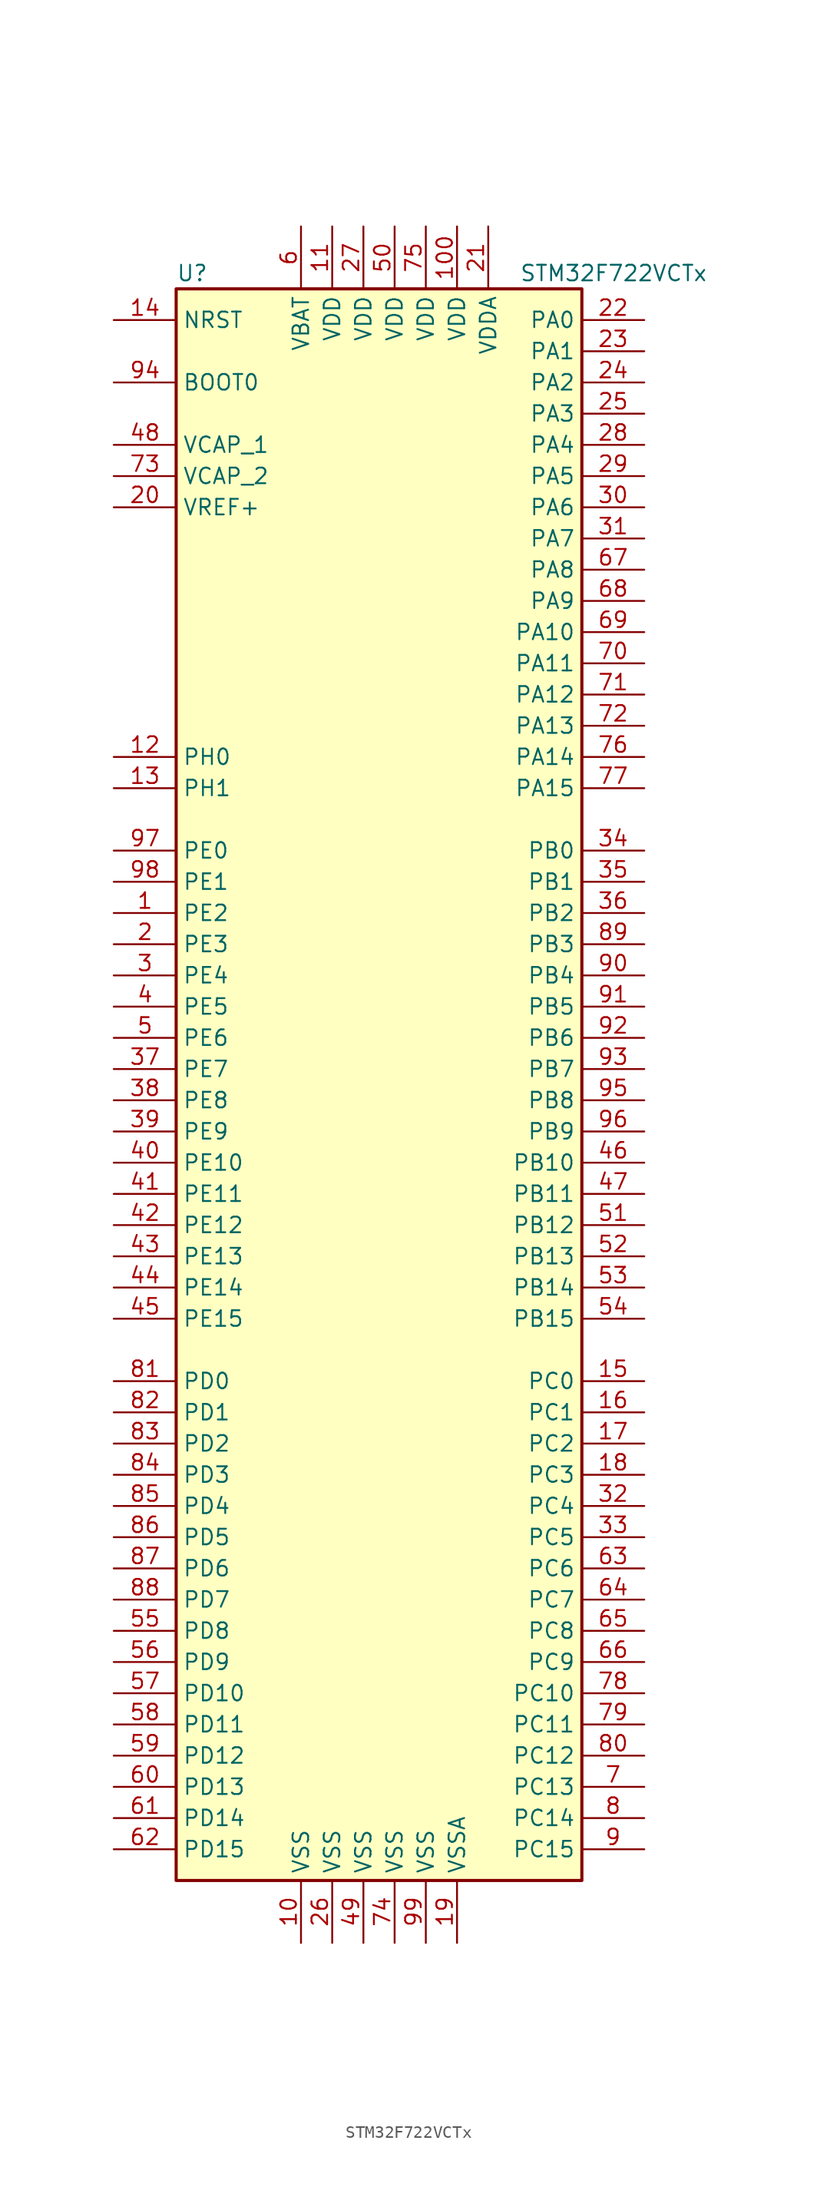
<source format=kicad_sym>
(kicad_symbol_lib
  (version 20201005)
  (generator kicad_symbol_editor)
  (symbol "MCU_ST_STM32F7:STM32F722VCTx"
    (property "Reference" "U"
      (at -17.78 64.77 0)
      (effects (font (size 1.27 1.27)) (justify left)))
    (property "Value" "STM32F722VCTx"
      (at 10.16 64.77 0)
      (effects (font (size 1.27 1.27)) (justify left)))
    (symbol "STM32F722VCTx_0_1"
      (rectangle (start -17.78 -66.04) (end 15.24 63.5) (stroke (width 0.254)) (fill (type background))))
    (symbol "STM32F722VCTx_1_1"
      (pin input line (at -22.86 55.88 0) (length 5.08) (name "BOOT0" (effects (font (size 1.27 1.27)))) (number "94" (effects (font (size 1.27 1.27)))))
      (pin input line (at -22.86 60.96 0) (length 5.08) (name "NRST" (effects (font (size 1.27 1.27)))) (number "14" (effects (font (size 1.27 1.27)))))
      (pin bidirectional line (at 20.32 60.96 180) (length 5.08) (name "PA0" (effects (font (size 1.27 1.27)))) (number "22" (effects (font (size 1.27 1.27)))))
      (pin bidirectional line (at 20.32 58.42 180) (length 5.08) (name "PA1" (effects (font (size 1.27 1.27)))) (number "23" (effects (font (size 1.27 1.27)))))
      (pin bidirectional line (at 20.32 35.56 180) (length 5.08) (name "PA10" (effects (font (size 1.27 1.27)))) (number "69" (effects (font (size 1.27 1.27)))))
      (pin bidirectional line (at 20.32 33.02 180) (length 5.08) (name "PA11" (effects (font (size 1.27 1.27)))) (number "70" (effects (font (size 1.27 1.27)))))
      (pin bidirectional line (at 20.32 30.48 180) (length 5.08) (name "PA12" (effects (font (size 1.27 1.27)))) (number "71" (effects (font (size 1.27 1.27)))))
      (pin bidirectional line (at 20.32 27.94 180) (length 5.08) (name "PA13" (effects (font (size 1.27 1.27)))) (number "72" (effects (font (size 1.27 1.27)))))
      (pin bidirectional line (at 20.32 25.4 180) (length 5.08) (name "PA14" (effects (font (size 1.27 1.27)))) (number "76" (effects (font (size 1.27 1.27)))))
      (pin bidirectional line (at 20.32 22.86 180) (length 5.08) (name "PA15" (effects (font (size 1.27 1.27)))) (number "77" (effects (font (size 1.27 1.27)))))
      (pin bidirectional line (at 20.32 55.88 180) (length 5.08) (name "PA2" (effects (font (size 1.27 1.27)))) (number "24" (effects (font (size 1.27 1.27)))))
      (pin bidirectional line (at 20.32 53.34 180) (length 5.08) (name "PA3" (effects (font (size 1.27 1.27)))) (number "25" (effects (font (size 1.27 1.27)))))
      (pin bidirectional line (at 20.32 50.8 180) (length 5.08) (name "PA4" (effects (font (size 1.27 1.27)))) (number "28" (effects (font (size 1.27 1.27)))))
      (pin bidirectional line (at 20.32 48.26 180) (length 5.08) (name "PA5" (effects (font (size 1.27 1.27)))) (number "29" (effects (font (size 1.27 1.27)))))
      (pin bidirectional line (at 20.32 45.72 180) (length 5.08) (name "PA6" (effects (font (size 1.27 1.27)))) (number "30" (effects (font (size 1.27 1.27)))))
      (pin bidirectional line (at 20.32 43.18 180) (length 5.08) (name "PA7" (effects (font (size 1.27 1.27)))) (number "31" (effects (font (size 1.27 1.27)))))
      (pin bidirectional line (at 20.32 40.64 180) (length 5.08) (name "PA8" (effects (font (size 1.27 1.27)))) (number "67" (effects (font (size 1.27 1.27)))))
      (pin bidirectional line (at 20.32 38.1 180) (length 5.08) (name "PA9" (effects (font (size 1.27 1.27)))) (number "68" (effects (font (size 1.27 1.27)))))
      (pin bidirectional line (at 20.32 17.78 180) (length 5.08) (name "PB0" (effects (font (size 1.27 1.27)))) (number "34" (effects (font (size 1.27 1.27)))))
      (pin bidirectional line (at 20.32 15.24 180) (length 5.08) (name "PB1" (effects (font (size 1.27 1.27)))) (number "35" (effects (font (size 1.27 1.27)))))
      (pin bidirectional line (at 20.32 -7.62 180) (length 5.08) (name "PB10" (effects (font (size 1.27 1.27)))) (number "46" (effects (font (size 1.27 1.27)))))
      (pin bidirectional line (at 20.32 -10.16 180) (length 5.08) (name "PB11" (effects (font (size 1.27 1.27)))) (number "47" (effects (font (size 1.27 1.27)))))
      (pin bidirectional line (at 20.32 -12.7 180) (length 5.08) (name "PB12" (effects (font (size 1.27 1.27)))) (number "51" (effects (font (size 1.27 1.27)))))
      (pin bidirectional line (at 20.32 -15.24 180) (length 5.08) (name "PB13" (effects (font (size 1.27 1.27)))) (number "52" (effects (font (size 1.27 1.27)))))
      (pin bidirectional line (at 20.32 -17.78 180) (length 5.08) (name "PB14" (effects (font (size 1.27 1.27)))) (number "53" (effects (font (size 1.27 1.27)))))
      (pin bidirectional line (at 20.32 -20.32 180) (length 5.08) (name "PB15" (effects (font (size 1.27 1.27)))) (number "54" (effects (font (size 1.27 1.27)))))
      (pin bidirectional line (at 20.32 12.7 180) (length 5.08) (name "PB2" (effects (font (size 1.27 1.27)))) (number "36" (effects (font (size 1.27 1.27)))))
      (pin bidirectional line (at 20.32 10.16 180) (length 5.08) (name "PB3" (effects (font (size 1.27 1.27)))) (number "89" (effects (font (size 1.27 1.27)))))
      (pin bidirectional line (at 20.32 7.62 180) (length 5.08) (name "PB4" (effects (font (size 1.27 1.27)))) (number "90" (effects (font (size 1.27 1.27)))))
      (pin bidirectional line (at 20.32 5.08 180) (length 5.08) (name "PB5" (effects (font (size 1.27 1.27)))) (number "91" (effects (font (size 1.27 1.27)))))
      (pin bidirectional line (at 20.32 2.54 180) (length 5.08) (name "PB6" (effects (font (size 1.27 1.27)))) (number "92" (effects (font (size 1.27 1.27)))))
      (pin bidirectional line (at 20.32 0 180) (length 5.08) (name "PB7" (effects (font (size 1.27 1.27)))) (number "93" (effects (font (size 1.27 1.27)))))
      (pin bidirectional line (at 20.32 -2.54 180) (length 5.08) (name "PB8" (effects (font (size 1.27 1.27)))) (number "95" (effects (font (size 1.27 1.27)))))
      (pin bidirectional line (at 20.32 -5.08 180) (length 5.08) (name "PB9" (effects (font (size 1.27 1.27)))) (number "96" (effects (font (size 1.27 1.27)))))
      (pin bidirectional line (at 20.32 -25.4 180) (length 5.08) (name "PC0" (effects (font (size 1.27 1.27)))) (number "15" (effects (font (size 1.27 1.27)))))
      (pin bidirectional line (at 20.32 -27.94 180) (length 5.08) (name "PC1" (effects (font (size 1.27 1.27)))) (number "16" (effects (font (size 1.27 1.27)))))
      (pin bidirectional line (at 20.32 -50.8 180) (length 5.08) (name "PC10" (effects (font (size 1.27 1.27)))) (number "78" (effects (font (size 1.27 1.27)))))
      (pin bidirectional line (at 20.32 -53.34 180) (length 5.08) (name "PC11" (effects (font (size 1.27 1.27)))) (number "79" (effects (font (size 1.27 1.27)))))
      (pin bidirectional line (at 20.32 -55.88 180) (length 5.08) (name "PC12" (effects (font (size 1.27 1.27)))) (number "80" (effects (font (size 1.27 1.27)))))
      (pin bidirectional line (at 20.32 -58.42 180) (length 5.08) (name "PC13" (effects (font (size 1.27 1.27)))) (number "7" (effects (font (size 1.27 1.27)))))
      (pin bidirectional line (at 20.32 -60.96 180) (length 5.08) (name "PC14" (effects (font (size 1.27 1.27)))) (number "8" (effects (font (size 1.27 1.27)))))
      (pin bidirectional line (at 20.32 -63.5 180) (length 5.08) (name "PC15" (effects (font (size 1.27 1.27)))) (number "9" (effects (font (size 1.27 1.27)))))
      (pin bidirectional line (at 20.32 -30.48 180) (length 5.08) (name "PC2" (effects (font (size 1.27 1.27)))) (number "17" (effects (font (size 1.27 1.27)))))
      (pin bidirectional line (at 20.32 -33.02 180) (length 5.08) (name "PC3" (effects (font (size 1.27 1.27)))) (number "18" (effects (font (size 1.27 1.27)))))
      (pin bidirectional line (at 20.32 -35.56 180) (length 5.08) (name "PC4" (effects (font (size 1.27 1.27)))) (number "32" (effects (font (size 1.27 1.27)))))
      (pin bidirectional line (at 20.32 -38.1 180) (length 5.08) (name "PC5" (effects (font (size 1.27 1.27)))) (number "33" (effects (font (size 1.27 1.27)))))
      (pin bidirectional line (at 20.32 -40.64 180) (length 5.08) (name "PC6" (effects (font (size 1.27 1.27)))) (number "63" (effects (font (size 1.27 1.27)))))
      (pin bidirectional line (at 20.32 -43.18 180) (length 5.08) (name "PC7" (effects (font (size 1.27 1.27)))) (number "64" (effects (font (size 1.27 1.27)))))
      (pin bidirectional line (at 20.32 -45.72 180) (length 5.08) (name "PC8" (effects (font (size 1.27 1.27)))) (number "65" (effects (font (size 1.27 1.27)))))
      (pin bidirectional line (at 20.32 -48.26 180) (length 5.08) (name "PC9" (effects (font (size 1.27 1.27)))) (number "66" (effects (font (size 1.27 1.27)))))
      (pin bidirectional line (at -22.86 -25.4 0) (length 5.08) (name "PD0" (effects (font (size 1.27 1.27)))) (number "81" (effects (font (size 1.27 1.27)))))
      (pin bidirectional line (at -22.86 -27.94 0) (length 5.08) (name "PD1" (effects (font (size 1.27 1.27)))) (number "82" (effects (font (size 1.27 1.27)))))
      (pin bidirectional line (at -22.86 -50.8 0) (length 5.08) (name "PD10" (effects (font (size 1.27 1.27)))) (number "57" (effects (font (size 1.27 1.27)))))
      (pin bidirectional line (at -22.86 -53.34 0) (length 5.08) (name "PD11" (effects (font (size 1.27 1.27)))) (number "58" (effects (font (size 1.27 1.27)))))
      (pin bidirectional line (at -22.86 -55.88 0) (length 5.08) (name "PD12" (effects (font (size 1.27 1.27)))) (number "59" (effects (font (size 1.27 1.27)))))
      (pin bidirectional line (at -22.86 -58.42 0) (length 5.08) (name "PD13" (effects (font (size 1.27 1.27)))) (number "60" (effects (font (size 1.27 1.27)))))
      (pin bidirectional line (at -22.86 -60.96 0) (length 5.08) (name "PD14" (effects (font (size 1.27 1.27)))) (number "61" (effects (font (size 1.27 1.27)))))
      (pin bidirectional line (at -22.86 -63.5 0) (length 5.08) (name "PD15" (effects (font (size 1.27 1.27)))) (number "62" (effects (font (size 1.27 1.27)))))
      (pin bidirectional line (at -22.86 -30.48 0) (length 5.08) (name "PD2" (effects (font (size 1.27 1.27)))) (number "83" (effects (font (size 1.27 1.27)))))
      (pin bidirectional line (at -22.86 -33.02 0) (length 5.08) (name "PD3" (effects (font (size 1.27 1.27)))) (number "84" (effects (font (size 1.27 1.27)))))
      (pin bidirectional line (at -22.86 -35.56 0) (length 5.08) (name "PD4" (effects (font (size 1.27 1.27)))) (number "85" (effects (font (size 1.27 1.27)))))
      (pin bidirectional line (at -22.86 -38.1 0) (length 5.08) (name "PD5" (effects (font (size 1.27 1.27)))) (number "86" (effects (font (size 1.27 1.27)))))
      (pin bidirectional line (at -22.86 -40.64 0) (length 5.08) (name "PD6" (effects (font (size 1.27 1.27)))) (number "87" (effects (font (size 1.27 1.27)))))
      (pin bidirectional line (at -22.86 -43.18 0) (length 5.08) (name "PD7" (effects (font (size 1.27 1.27)))) (number "88" (effects (font (size 1.27 1.27)))))
      (pin bidirectional line (at -22.86 -45.72 0) (length 5.08) (name "PD8" (effects (font (size 1.27 1.27)))) (number "55" (effects (font (size 1.27 1.27)))))
      (pin bidirectional line (at -22.86 -48.26 0) (length 5.08) (name "PD9" (effects (font (size 1.27 1.27)))) (number "56" (effects (font (size 1.27 1.27)))))
      (pin bidirectional line (at -22.86 17.78 0) (length 5.08) (name "PE0" (effects (font (size 1.27 1.27)))) (number "97" (effects (font (size 1.27 1.27)))))
      (pin bidirectional line (at -22.86 15.24 0) (length 5.08) (name "PE1" (effects (font (size 1.27 1.27)))) (number "98" (effects (font (size 1.27 1.27)))))
      (pin bidirectional line (at -22.86 -7.62 0) (length 5.08) (name "PE10" (effects (font (size 1.27 1.27)))) (number "40" (effects (font (size 1.27 1.27)))))
      (pin bidirectional line (at -22.86 -10.16 0) (length 5.08) (name "PE11" (effects (font (size 1.27 1.27)))) (number "41" (effects (font (size 1.27 1.27)))))
      (pin bidirectional line (at -22.86 -12.7 0) (length 5.08) (name "PE12" (effects (font (size 1.27 1.27)))) (number "42" (effects (font (size 1.27 1.27)))))
      (pin bidirectional line (at -22.86 -15.24 0) (length 5.08) (name "PE13" (effects (font (size 1.27 1.27)))) (number "43" (effects (font (size 1.27 1.27)))))
      (pin bidirectional line (at -22.86 -17.78 0) (length 5.08) (name "PE14" (effects (font (size 1.27 1.27)))) (number "44" (effects (font (size 1.27 1.27)))))
      (pin bidirectional line (at -22.86 -20.32 0) (length 5.08) (name "PE15" (effects (font (size 1.27 1.27)))) (number "45" (effects (font (size 1.27 1.27)))))
      (pin bidirectional line (at -22.86 12.7 0) (length 5.08) (name "PE2" (effects (font (size 1.27 1.27)))) (number "1" (effects (font (size 1.27 1.27)))))
      (pin bidirectional line (at -22.86 10.16 0) (length 5.08) (name "PE3" (effects (font (size 1.27 1.27)))) (number "2" (effects (font (size 1.27 1.27)))))
      (pin bidirectional line (at -22.86 7.62 0) (length 5.08) (name "PE4" (effects (font (size 1.27 1.27)))) (number "3" (effects (font (size 1.27 1.27)))))
      (pin bidirectional line (at -22.86 5.08 0) (length 5.08) (name "PE5" (effects (font (size 1.27 1.27)))) (number "4" (effects (font (size 1.27 1.27)))))
      (pin bidirectional line (at -22.86 2.54 0) (length 5.08) (name "PE6" (effects (font (size 1.27 1.27)))) (number "5" (effects (font (size 1.27 1.27)))))
      (pin bidirectional line (at -22.86 0 0) (length 5.08) (name "PE7" (effects (font (size 1.27 1.27)))) (number "37" (effects (font (size 1.27 1.27)))))
      (pin bidirectional line (at -22.86 -2.54 0) (length 5.08) (name "PE8" (effects (font (size 1.27 1.27)))) (number "38" (effects (font (size 1.27 1.27)))))
      (pin bidirectional line (at -22.86 -5.08 0) (length 5.08) (name "PE9" (effects (font (size 1.27 1.27)))) (number "39" (effects (font (size 1.27 1.27)))))
      (pin input line (at -22.86 25.4 0) (length 5.08) (name "PH0" (effects (font (size 1.27 1.27)))) (number "12" (effects (font (size 1.27 1.27)))))
      (pin input line (at -22.86 22.86 0) (length 5.08) (name "PH1" (effects (font (size 1.27 1.27)))) (number "13" (effects (font (size 1.27 1.27)))))
      (pin power_in line (at -7.62 68.58 270) (length 5.08) (name "VBAT" (effects (font (size 1.27 1.27)))) (number "6" (effects (font (size 1.27 1.27)))))
      (pin power_in line (at -22.86 50.8 0) (length 5.08) (name "VCAP_1" (effects (font (size 1.27 1.27)))) (number "48" (effects (font (size 1.27 1.27)))))
      (pin power_in line (at -22.86 48.26 0) (length 5.08) (name "VCAP_2" (effects (font (size 1.27 1.27)))) (number "73" (effects (font (size 1.27 1.27)))))
      (pin power_in line (at 5.08 68.58 270) (length 5.08) (name "VDD" (effects (font (size 1.27 1.27)))) (number "100" (effects (font (size 1.27 1.27)))))
      (pin power_in line (at -5.08 68.58 270) (length 5.08) (name "VDD" (effects (font (size 1.27 1.27)))) (number "11" (effects (font (size 1.27 1.27)))))
      (pin power_in line (at -2.54 68.58 270) (length 5.08) (name "VDD" (effects (font (size 1.27 1.27)))) (number "27" (effects (font (size 1.27 1.27)))))
      (pin power_in line (at 0 68.58 270) (length 5.08) (name "VDD" (effects (font (size 1.27 1.27)))) (number "50" (effects (font (size 1.27 1.27)))))
      (pin power_in line (at 2.54 68.58 270) (length 5.08) (name "VDD" (effects (font (size 1.27 1.27)))) (number "75" (effects (font (size 1.27 1.27)))))
      (pin power_in line (at 7.62 68.58 270) (length 5.08) (name "VDDA" (effects (font (size 1.27 1.27)))) (number "21" (effects (font (size 1.27 1.27)))))
      (pin power_in line (at -22.86 45.72 0) (length 5.08) (name "VREF+" (effects (font (size 1.27 1.27)))) (number "20" (effects (font (size 1.27 1.27)))))
      (pin power_in line (at -7.62 -71.12 90) (length 5.08) (name "VSS" (effects (font (size 1.27 1.27)))) (number "10" (effects (font (size 1.27 1.27)))))
      (pin power_in line (at -5.08 -71.12 90) (length 5.08) (name "VSS" (effects (font (size 1.27 1.27)))) (number "26" (effects (font (size 1.27 1.27)))))
      (pin power_in line (at -2.54 -71.12 90) (length 5.08) (name "VSS" (effects (font (size 1.27 1.27)))) (number "49" (effects (font (size 1.27 1.27)))))
      (pin power_in line (at 0 -71.12 90) (length 5.08) (name "VSS" (effects (font (size 1.27 1.27)))) (number "74" (effects (font (size 1.27 1.27)))))
      (pin power_in line (at 2.54 -71.12 90) (length 5.08) (name "VSS" (effects (font (size 1.27 1.27)))) (number "99" (effects (font (size 1.27 1.27)))))
      (pin power_in line (at 5.08 -71.12 90) (length 5.08) (name "VSSA" (effects (font (size 1.27 1.27)))) (number "19" (effects (font (size 1.27 1.27))))))))
</source>
